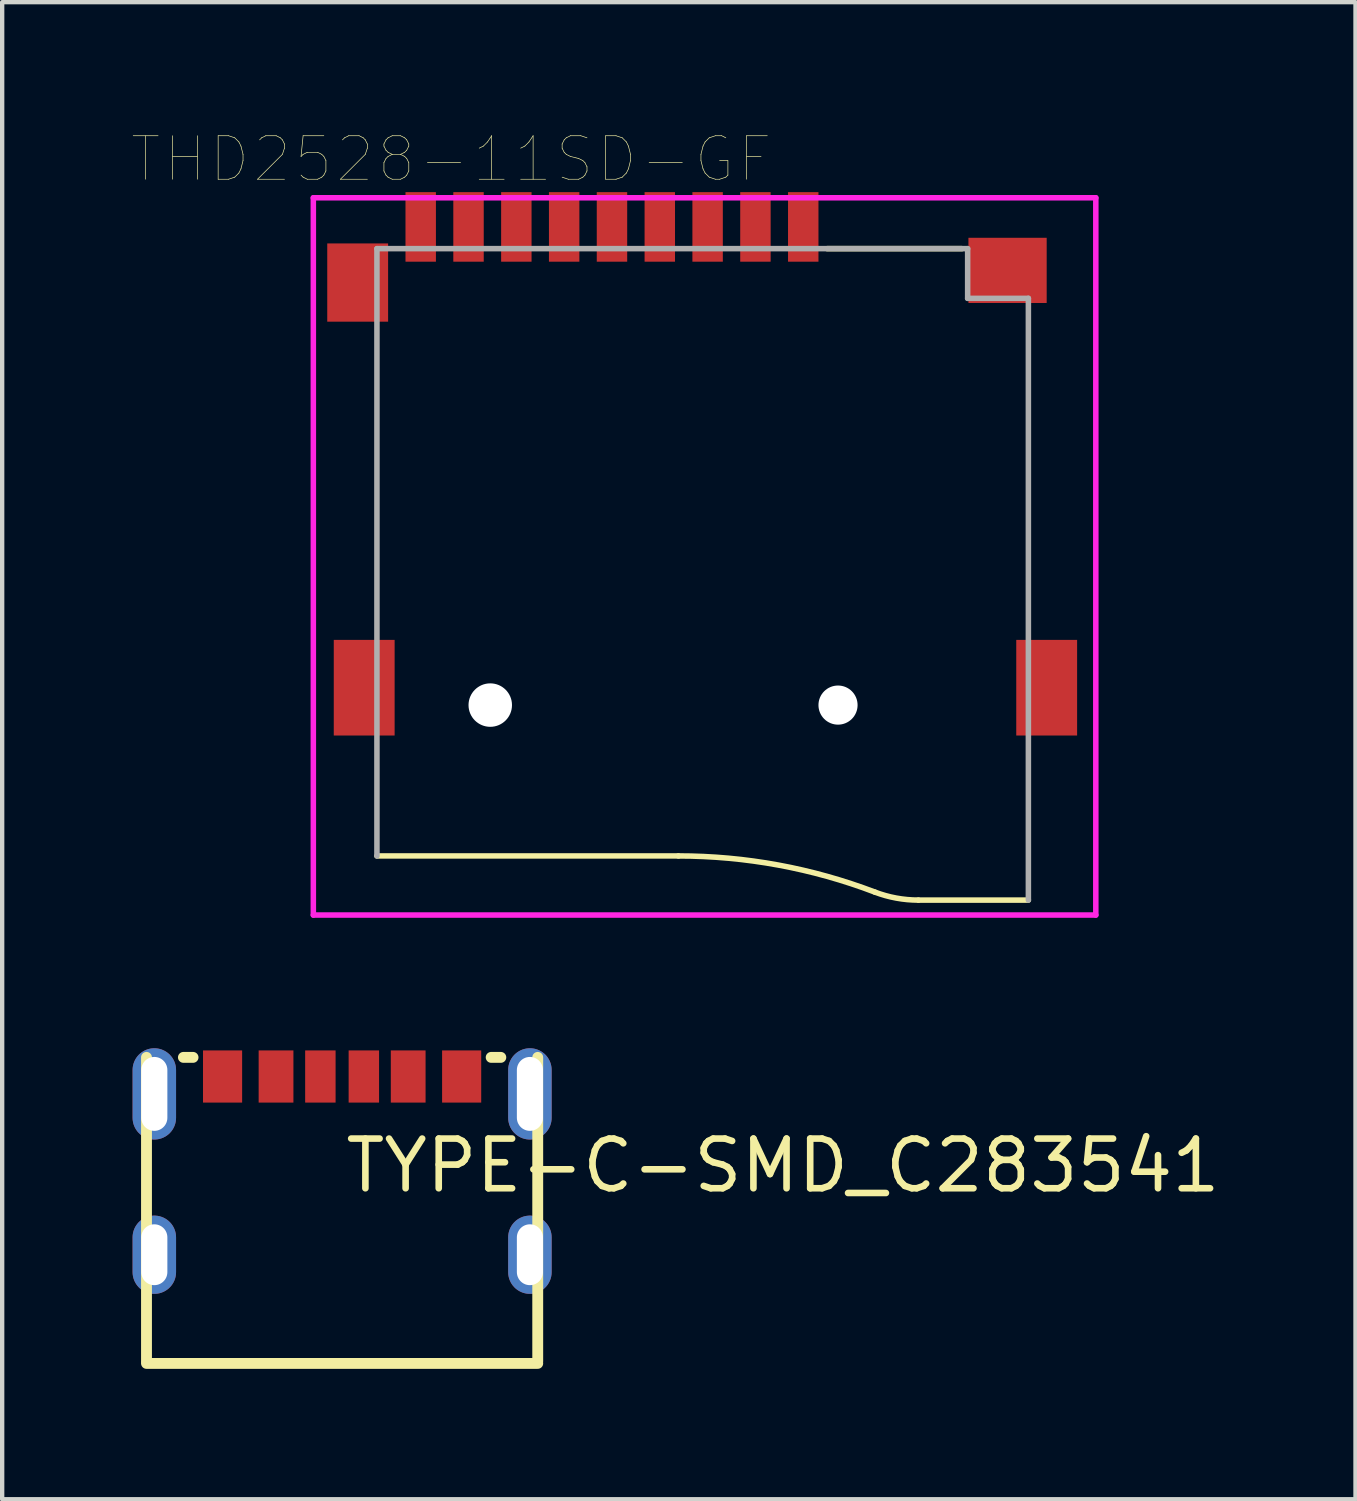
<source format=kicad_pcb>
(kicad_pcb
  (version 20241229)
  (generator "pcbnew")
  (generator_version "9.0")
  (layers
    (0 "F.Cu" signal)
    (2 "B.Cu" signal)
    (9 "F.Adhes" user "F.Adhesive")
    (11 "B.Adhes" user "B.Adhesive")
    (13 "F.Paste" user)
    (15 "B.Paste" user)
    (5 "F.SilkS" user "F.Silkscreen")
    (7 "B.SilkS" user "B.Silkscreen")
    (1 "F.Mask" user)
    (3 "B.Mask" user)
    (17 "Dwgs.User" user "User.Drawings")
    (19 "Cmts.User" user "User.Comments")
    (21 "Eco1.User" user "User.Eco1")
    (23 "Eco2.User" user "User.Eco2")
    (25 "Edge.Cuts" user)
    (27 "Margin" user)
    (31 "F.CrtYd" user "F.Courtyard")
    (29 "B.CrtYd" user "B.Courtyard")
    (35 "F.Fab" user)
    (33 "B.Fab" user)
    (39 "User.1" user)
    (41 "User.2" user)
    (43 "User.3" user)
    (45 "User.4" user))
  (footprint "TYPE-C-SMD_C283541"
    (layer "F.Cu")
    (at 4.82 23.764)
    (property "Reference" "TYPE-C-SMD_C283541" (at 0 0 0) (layer "F.SilkS") (effects (font (size 1.143 1.143) (thickness 0.152)) (justify left)))
    (attr smd)
    (fp_line (start -4.5 -2.49) (end -4.5 4.5) (stroke (width 0.25) (type solid)) (layer "F.SilkS"))
    (fp_line (start -4.5 4.55) (end 4.5 4.55) (stroke (width 0.25) (type solid)) (layer "F.SilkS"))
    (fp_line (start -3.651 -2.49) (end -3.429 -2.49) (stroke (width 0.25) (type solid)) (layer "F.SilkS"))
    (fp_line (start 3.429 -2.49) (end 3.651 -2.49) (stroke (width 0.25) (type solid)) (layer "F.SilkS"))
    (fp_line (start 4.5 -2.49) (end 4.5 4.5) (stroke (width 0.25) (type solid)) (layer "F.SilkS"))
    (fp_poly (pts (xy -3.2 -2.65) (xy -2.3 -2.65) (xy -2.3 -1.45) (xy -3.2 -1.45)) (stroke (width 0) (type solid)) (fill yes) (layer "F.Paste"))
    (fp_poly (pts (xy -1.92 -2.65) (xy -1.12 -2.65) (xy -1.12 -1.45) (xy -1.92 -1.45)) (stroke (width 0) (type solid)) (fill yes) (layer "F.Paste"))
    (fp_poly (pts (xy -0.85 -2.65) (xy -0.15 -2.65) (xy -0.15 -1.45) (xy -0.85 -1.45)) (stroke (width 0) (type solid)) (fill yes) (layer "F.Paste"))
    (fp_poly (pts (xy 0.15 -2.65) (xy 0.85 -2.65) (xy 0.85 -1.45) (xy 0.15 -1.45)) (stroke (width 0) (type solid)) (fill yes) (layer "F.Paste"))
    (fp_poly (pts (xy 1.12 -2.65) (xy 1.92 -2.65) (xy 1.92 -1.45) (xy 1.12 -1.45)) (stroke (width 0) (type solid)) (fill yes) (layer "F.Paste"))
    (fp_poly (pts (xy 2.3 -2.65) (xy 3.2 -2.65) (xy 3.2 -1.45) (xy 2.3 -1.45)) (stroke (width 0) (type solid)) (fill yes) (layer "F.Paste"))
    (fp_poly (pts (xy -4.332 -0.6) (xy -4.357 -0.601) (xy -4.382 -0.604) (xy -4.407 -0.608) (xy -4.431 -0.613) (xy -4.455 -0.619) (xy -4.479 -0.626) (xy -4.503 -0.635) (xy -4.526 -0.644) (xy -4.548 -0.655) (xy -4.57 -0.667) (xy -4.591 -0.68) (xy -4.612 -0.694) (xy -4.632 -0.709) (xy -4.651 -0.725) (xy -4.669 -0.742) (xy -4.686 -0.76) (xy -4.703 -0.779) (xy -4.718 -0.798) (xy -4.733 -0.818) (xy -4.747 -0.839) (xy -4.759 -0.861) (xy -4.77 -0.883) (xy -4.781 -0.906) (xy -4.79 -0.929) (xy -4.798 -0.953) (xy -4.804 -0.977) (xy -4.81 -1.001) (xy -4.814 -1.025) (xy -4.817 -1.05) (xy -4.819 -1.075) (xy -4.82 -1.1) (xy -4.82 -2.2) (xy -4.819 -2.225) (xy -4.817 -2.25) (xy -4.814 -2.275) (xy -4.81 -2.299) (xy -4.804 -2.323) (xy -4.798 -2.347) (xy -4.79 -2.371) (xy -4.781 -2.394) (xy -4.77 -2.417) (xy -4.759 -2.439) (xy -4.747 -2.461) (xy -4.733 -2.482) (xy -4.718 -2.502) (xy -4.703 -2.521) (xy -4.686 -2.54) (xy -4.669 -2.558) (xy -4.651 -2.575) (xy -4.632 -2.591) (xy -4.612 -2.606) (xy -4.591 -2.62) (xy -4.57 -2.633) (xy -4.548 -2.645) (xy -4.526 -2.656) (xy -4.503 -2.665) (xy -4.479 -2.674) (xy -4.455 -2.681) (xy -4.431 -2.687) (xy -4.407 -2.692) (xy -4.382 -2.696) (xy -4.357 -2.699) (xy -4.332 -2.7) (xy -4.307 -2.7) (xy -4.283 -2.699) (xy -4.258 -2.696) (xy -4.233 -2.692) (xy -4.209 -2.687) (xy -4.184 -2.681) (xy -4.161 -2.674) (xy -4.137 -2.665) (xy -4.114 -2.656) (xy -4.092 -2.645) (xy -4.07 -2.633) (xy -4.049 -2.62) (xy -4.028 -2.606) (xy -4.008 -2.591) (xy -3.989 -2.575) (xy -3.971 -2.558) (xy -3.953 -2.54) (xy -3.937 -2.521) (xy -3.921 -2.502) (xy -3.907 -2.482) (xy -3.893 -2.461) (xy -3.881 -2.439) (xy -3.869 -2.417) (xy -3.859 -2.394) (xy -3.85 -2.371) (xy -3.842 -2.347) (xy -3.835 -2.323) (xy -3.83 -2.299) (xy -3.825 -2.275) (xy -3.822 -2.25) (xy -3.821 -2.225) (xy -3.82 -2.2) (xy -3.82 -1.1) (xy -3.821 -1.075) (xy -3.822 -1.05) (xy -3.825 -1.025) (xy -3.83 -1.001) (xy -3.835 -0.977) (xy -3.842 -0.953) (xy -3.85 -0.929) (xy -3.859 -0.906) (xy -3.869 -0.883) (xy -3.881 -0.861) (xy -3.893 -0.839) (xy -3.907 -0.818) (xy -3.921 -0.798) (xy -3.937 -0.779) (xy -3.953 -0.76) (xy -3.971 -0.742) (xy -3.989 -0.725) (xy -4.008 -0.709) (xy -4.028 -0.694) (xy -4.049 -0.68) (xy -4.07 -0.667) (xy -4.092 -0.655) (xy -4.114 -0.644) (xy -4.137 -0.635) (xy -4.161 -0.626) (xy -4.184 -0.619) (xy -4.209 -0.613) (xy -4.233 -0.608) (xy -4.258 -0.604) (xy -4.283 -0.601) (xy -4.307 -0.6)) (stroke (width 0) (type solid)) (fill yes) (layer "F.Paste"))
    (fp_poly (pts (xy -4.332 2.95) (xy -4.357 2.949) (xy -4.382 2.946) (xy -4.407 2.942) (xy -4.431 2.937) (xy -4.455 2.931) (xy -4.479 2.924) (xy -4.503 2.915) (xy -4.526 2.906) (xy -4.548 2.895) (xy -4.57 2.883) (xy -4.591 2.87) (xy -4.612 2.856) (xy -4.632 2.841) (xy -4.651 2.825) (xy -4.669 2.808) (xy -4.686 2.79) (xy -4.703 2.771) (xy -4.718 2.752) (xy -4.733 2.732) (xy -4.747 2.711) (xy -4.759 2.689) (xy -4.77 2.667) (xy -4.781 2.644) (xy -4.79 2.621) (xy -4.798 2.597) (xy -4.804 2.573) (xy -4.81 2.549) (xy -4.814 2.525) (xy -4.817 2.5) (xy -4.819 2.475) (xy -4.82 2.45) (xy -4.82 1.65) (xy -4.819 1.625) (xy -4.817 1.6) (xy -4.814 1.576) (xy -4.81 1.551) (xy -4.804 1.527) (xy -4.798 1.503) (xy -4.79 1.479) (xy -4.781 1.456) (xy -4.77 1.433) (xy -4.759 1.411) (xy -4.747 1.389) (xy -4.733 1.368) (xy -4.718 1.348) (xy -4.703 1.329) (xy -4.686 1.31) (xy -4.669 1.292) (xy -4.651 1.275) (xy -4.632 1.259) (xy -4.612 1.244) (xy -4.591 1.23) (xy -4.57 1.217) (xy -4.548 1.205) (xy -4.526 1.194) (xy -4.503 1.185) (xy -4.479 1.176) (xy -4.455 1.169) (xy -4.431 1.163) (xy -4.407 1.158) (xy -4.382 1.154) (xy -4.357 1.151) (xy -4.332 1.15) (xy -4.307 1.15) (xy -4.283 1.151) (xy -4.258 1.154) (xy -4.233 1.158) (xy -4.209 1.163) (xy -4.184 1.169) (xy -4.161 1.176) (xy -4.137 1.185) (xy -4.114 1.194) (xy -4.092 1.205) (xy -4.07 1.217) (xy -4.049 1.23) (xy -4.028 1.244) (xy -4.008 1.259) (xy -3.989 1.275) (xy -3.971 1.292) (xy -3.953 1.31) (xy -3.937 1.329) (xy -3.921 1.348) (xy -3.907 1.368) (xy -3.893 1.389) (xy -3.881 1.411) (xy -3.869 1.433) (xy -3.859 1.456) (xy -3.85 1.479) (xy -3.842 1.503) (xy -3.835 1.527) (xy -3.83 1.551) (xy -3.825 1.576) (xy -3.822 1.6) (xy -3.821 1.625) (xy -3.82 1.65) (xy -3.82 2.45) (xy -3.821 2.475) (xy -3.822 2.5) (xy -3.825 2.525) (xy -3.83 2.549) (xy -3.835 2.573) (xy -3.842 2.597) (xy -3.85 2.621) (xy -3.859 2.644) (xy -3.869 2.667) (xy -3.881 2.689) (xy -3.893 2.711) (xy -3.907 2.732) (xy -3.921 2.752) (xy -3.937 2.771) (xy -3.953 2.79) (xy -3.971 2.808) (xy -3.989 2.825) (xy -4.008 2.841) (xy -4.028 2.856) (xy -4.049 2.87) (xy -4.07 2.883) (xy -4.092 2.895) (xy -4.114 2.906) (xy -4.137 2.915) (xy -4.161 2.924) (xy -4.184 2.931) (xy -4.209 2.937) (xy -4.233 2.942) (xy -4.258 2.946) (xy -4.283 2.949) (xy -4.307 2.95)) (stroke (width 0) (type solid)) (fill yes) (layer "F.Paste"))
    (fp_poly (pts (xy 4.307 -0.6) (xy 4.283 -0.601) (xy 4.258 -0.604) (xy 4.233 -0.608) (xy 4.209 -0.613) (xy 4.184 -0.619) (xy 4.161 -0.626) (xy 4.137 -0.635) (xy 4.114 -0.644) (xy 4.092 -0.655) (xy 4.07 -0.667) (xy 4.049 -0.68) (xy 4.028 -0.694) (xy 4.008 -0.709) (xy 3.989 -0.725) (xy 3.971 -0.742) (xy 3.953 -0.76) (xy 3.937 -0.779) (xy 3.921 -0.798) (xy 3.907 -0.818) (xy 3.893 -0.839) (xy 3.881 -0.861) (xy 3.869 -0.883) (xy 3.859 -0.906) (xy 3.85 -0.929) (xy 3.842 -0.953) (xy 3.835 -0.977) (xy 3.83 -1.001) (xy 3.825 -1.025) (xy 3.822 -1.05) (xy 3.821 -1.075) (xy 3.82 -1.1) (xy 3.82 -2.2) (xy 3.821 -2.225) (xy 3.822 -2.25) (xy 3.825 -2.275) (xy 3.83 -2.299) (xy 3.835 -2.323) (xy 3.842 -2.347) (xy 3.85 -2.371) (xy 3.859 -2.394) (xy 3.869 -2.417) (xy 3.881 -2.439) (xy 3.893 -2.461) (xy 3.907 -2.482) (xy 3.921 -2.502) (xy 3.937 -2.521) (xy 3.953 -2.54) (xy 3.971 -2.558) (xy 3.989 -2.575) (xy 4.008 -2.591) (xy 4.028 -2.606) (xy 4.049 -2.62) (xy 4.07 -2.633) (xy 4.092 -2.645) (xy 4.114 -2.656) (xy 4.137 -2.665) (xy 4.161 -2.674) (xy 4.184 -2.681) (xy 4.209 -2.687) (xy 4.233 -2.692) (xy 4.258 -2.696) (xy 4.283 -2.699) (xy 4.307 -2.7) (xy 4.332 -2.7) (xy 4.357 -2.699) (xy 4.382 -2.696) (xy 4.407 -2.692) (xy 4.431 -2.687) (xy 4.455 -2.681) (xy 4.479 -2.674) (xy 4.503 -2.665) (xy 4.526 -2.656) (xy 4.548 -2.645) (xy 4.57 -2.633) (xy 4.591 -2.62) (xy 4.612 -2.606) (xy 4.632 -2.591) (xy 4.651 -2.575) (xy 4.669 -2.558) (xy 4.686 -2.54) (xy 4.703 -2.521) (xy 4.718 -2.502) (xy 4.733 -2.482) (xy 4.747 -2.461) (xy 4.759 -2.439) (xy 4.77 -2.417) (xy 4.781 -2.394) (xy 4.79 -2.371) (xy 4.798 -2.347) (xy 4.804 -2.323) (xy 4.81 -2.299) (xy 4.814 -2.275) (xy 4.817 -2.25) (xy 4.819 -2.225) (xy 4.82 -2.2) (xy 4.82 -1.1) (xy 4.819 -1.075) (xy 4.817 -1.05) (xy 4.814 -1.025) (xy 4.81 -1.001) (xy 4.804 -0.977) (xy 4.798 -0.953) (xy 4.79 -0.929) (xy 4.781 -0.906) (xy 4.77 -0.883) (xy 4.759 -0.861) (xy 4.747 -0.839) (xy 4.733 -0.818) (xy 4.718 -0.798) (xy 4.703 -0.779) (xy 4.686 -0.76) (xy 4.669 -0.742) (xy 4.651 -0.725) (xy 4.632 -0.709) (xy 4.612 -0.694) (xy 4.591 -0.68) (xy 4.57 -0.667) (xy 4.548 -0.655) (xy 4.526 -0.644) (xy 4.503 -0.635) (xy 4.479 -0.626) (xy 4.455 -0.619) (xy 4.431 -0.613) (xy 4.407 -0.608) (xy 4.382 -0.604) (xy 4.357 -0.601) (xy 4.332 -0.6)) (stroke (width 0) (type solid)) (fill yes) (layer "F.Paste"))
    (fp_poly (pts (xy 4.307 2.95) (xy 4.283 2.949) (xy 4.258 2.946) (xy 4.233 2.942) (xy 4.209 2.937) (xy 4.185 2.931) (xy 4.161 2.924) (xy 4.137 2.915) (xy 4.114 2.906) (xy 4.092 2.895) (xy 4.07 2.883) (xy 4.049 2.87) (xy 4.028 2.856) (xy 4.008 2.841) (xy 3.989 2.825) (xy 3.971 2.808) (xy 3.953 2.79) (xy 3.937 2.771) (xy 3.921 2.752) (xy 3.907 2.732) (xy 3.893 2.711) (xy 3.881 2.689) (xy 3.869 2.667) (xy 3.859 2.644) (xy 3.85 2.621) (xy 3.842 2.597) (xy 3.835 2.573) (xy 3.83 2.549) (xy 3.826 2.525) (xy 3.822 2.5) (xy 3.821 2.475) (xy 3.82 2.45) (xy 3.82 1.65) (xy 3.821 1.625) (xy 3.822 1.6) (xy 3.826 1.576) (xy 3.83 1.551) (xy 3.835 1.527) (xy 3.842 1.503) (xy 3.85 1.479) (xy 3.859 1.456) (xy 3.869 1.433) (xy 3.881 1.411) (xy 3.893 1.389) (xy 3.907 1.368) (xy 3.921 1.348) (xy 3.937 1.329) (xy 3.953 1.31) (xy 3.971 1.292) (xy 3.989 1.275) (xy 4.008 1.259) (xy 4.028 1.244) (xy 4.049 1.23) (xy 4.07 1.217) (xy 4.092 1.205) (xy 4.114 1.194) (xy 4.137 1.185) (xy 4.161 1.176) (xy 4.185 1.169) (xy 4.209 1.163) (xy 4.233 1.158) (xy 4.258 1.154) (xy 4.283 1.151) (xy 4.307 1.15) (xy 4.332 1.15) (xy 4.357 1.151) (xy 4.382 1.154) (xy 4.407 1.158) (xy 4.431 1.163) (xy 4.455 1.169) (xy 4.479 1.176) (xy 4.503 1.185) (xy 4.526 1.194) (xy 4.548 1.205) (xy 4.57 1.217) (xy 4.591 1.23) (xy 4.612 1.244) (xy 4.632 1.259) (xy 4.651 1.275) (xy 4.669 1.292) (xy 4.686 1.31) (xy 4.703 1.329) (xy 4.719 1.348) (xy 4.733 1.368) (xy 4.747 1.389) (xy 4.759 1.411) (xy 4.77 1.433) (xy 4.781 1.456) (xy 4.79 1.479) (xy 4.798 1.503) (xy 4.804 1.527) (xy 4.81 1.551) (xy 4.814 1.576) (xy 4.817 1.6) (xy 4.819 1.625) (xy 4.82 1.65) (xy 4.82 2.45) (xy 4.819 2.475) (xy 4.817 2.5) (xy 4.814 2.525) (xy 4.81 2.549) (xy 4.804 2.573) (xy 4.798 2.597) (xy 4.79 2.621) (xy 4.781 2.644) (xy 4.77 2.667) (xy 4.759 2.689) (xy 4.747 2.711) (xy 4.733 2.732) (xy 4.719 2.752) (xy 4.703 2.771) (xy 4.686 2.79) (xy 4.669 2.808) (xy 4.651 2.825) (xy 4.632 2.841) (xy 4.612 2.856) (xy 4.591 2.87) (xy 4.57 2.883) (xy 4.548 2.895) (xy 4.526 2.906) (xy 4.503 2.915) (xy 4.479 2.924) (xy 4.455 2.931) (xy 4.431 2.937) (xy 4.407 2.942) (xy 4.382 2.946) (xy 4.357 2.949) (xy 4.332 2.95)) (stroke (width 0) (type solid)) (fill yes) (layer "F.Paste"))
    (pad "1" thru_hole oval (at -4.32 -1.65) (size 1 2.1) (drill oval 0.6 1.7) (layers "*.Cu" "*.Paste" "*.Mask"))
    (pad "2" thru_hole oval (at 4.32 -1.65) (size 1 2.1) (drill oval 0.6 1.7) (layers "*.Cu" "*.Paste" "*.Mask"))
    (pad "3" thru_hole oval (at -4.32 2.05) (size 1 1.8) (drill oval 0.6 1.4) (layers "*.Cu" "*.Paste" "*.Mask"))
    (pad "4" thru_hole oval (at 4.32 2.05) (size 1 1.8) (drill oval 0.6 1.4) (layers "*.Cu" "*.Paste" "*.Mask"))
    (pad "A5" smd rect (at -0.5 -2.05) (size 0.7 1.2) (layers "F.Cu" "F.Mask" "F.Paste"))
    (pad "A9" smd rect (at 1.52 -2.05) (size 0.8 1.2) (layers "F.Cu" "F.Mask" "F.Paste"))
    (pad "A12" smd rect (at 2.75 -2.05) (size 0.9 1.2) (layers "F.Cu" "F.Mask" "F.Paste"))
    (pad "B5" smd rect (at 0.5 -2.05) (size 0.7 1.2) (layers "F.Cu" "F.Mask" "F.Paste"))
    (pad "B9" smd rect (at -1.52 -2.05) (size 0.8 1.2) (layers "F.Cu" "F.Mask" "F.Paste"))
    (pad "B12" smd rect (at -2.75 -2.05) (size 0.9 1.2) (layers "F.Cu" "F.Mask" "F.Paste")))
  (footprint "THD2528-11SD-GF"
    (layer "F.Cu")
    (at 11.908 8)
    (property "Reference" "THD2528-11SD-GF" (at -4.577 -7.389 0) (layer "F.SilkS") (effects (font (size 1.001 1.001) (thickness 0.015))))
    (attr through_hole)
    (fp_line (start 0.647 8.64) (end -6.287 8.64) (stroke (width 0.127) (type solid)) (layer "F.SilkS"))
    (fp_line (start 7.17 -5.33) (end 4.07 -5.33) (stroke (width 0.127) (type solid)) (layer "F.SilkS"))
    (fp_line (start 8.699 9.656) (end 6.168 9.656) (stroke (width 0.127) (type solid)) (layer "F.SilkS"))
    (fp_arc (start 0.6469 8.64) (mid 2.945408 8.849734) (end 5.168 9.472) (stroke (width 0.127) (type solid)) (layer "F.SilkS"))
    (fp_arc (start 6.1679 9.656) (mid 5.659555 9.609621) (end 5.168 9.472) (stroke (width 0.127) (type solid)) (layer "F.SilkS"))
    (fp_line (start -7.75 -6.5) (end 10.25 -6.5) (stroke (width 0.127) (type solid)) (layer "F.CrtYd"))
    (fp_line (start -7.75 10) (end -7.75 -6.5) (stroke (width 0.127) (type solid)) (layer "F.CrtYd"))
    (fp_line (start 10.25 -6.5) (end 10.25 10) (stroke (width 0.127) (type solid)) (layer "F.CrtYd"))
    (fp_line (start 10.25 10) (end -7.75 10) (stroke (width 0.127) (type solid)) (layer "F.CrtYd"))
    (fp_line (start -6.287 -5.33) (end 7.302 -5.33) (stroke (width 0.127) (type solid)) (layer "F.Fab"))
    (fp_line (start -6.287 8.64) (end -6.287 -5.33) (stroke (width 0.127) (type solid)) (layer "F.Fab"))
    (fp_line (start 7.302 -5.33) (end 7.302 -4.187) (stroke (width 0.127) (type solid)) (layer "F.Fab"))
    (fp_line (start 7.302 -4.187) (end 8.699 -4.187) (stroke (width 0.127) (type solid)) (layer "F.Fab"))
    (fp_line (start 8.699 -4.187) (end 8.699 9.656) (stroke (width 0.127) (type solid)) (layer "F.Fab"))
    (pad "" np_thru_hole circle (at -3.68 5.17) (size 1 1) (drill 1) (layers "*.Cu" "*.Mask"))
    (pad "" np_thru_hole circle (at 4.32 5.17) (size 0.9 0.9) (drill 0.9) (layers "*.Cu" "*.Mask"))
    (pad "1" smd rect (at 3.52 -5.83) (size 0.7 1.6) (layers "F.Cu" "F.Mask" "F.Paste"))
    (pad "2" smd rect (at 2.42 -5.83) (size 0.7 1.6) (layers "F.Cu" "F.Mask" "F.Paste"))
    (pad "3" smd rect (at 1.32 -5.83) (size 0.7 1.6) (layers "F.Cu" "F.Mask" "F.Paste"))
    (pad "4" smd rect (at 0.22 -5.83) (size 0.7 1.6) (layers "F.Cu" "F.Mask" "F.Paste"))
    (pad "5" smd rect (at -0.88 -5.83) (size 0.7 1.6) (layers "F.Cu" "F.Mask" "F.Paste"))
    (pad "6" smd rect (at -1.98 -5.83) (size 0.7 1.6) (layers "F.Cu" "F.Mask" "F.Paste"))
    (pad "7" smd rect (at -3.08 -5.83) (size 0.7 1.6) (layers "F.Cu" "F.Mask" "F.Paste"))
    (pad "8" smd rect (at -4.18 -5.83) (size 0.7 1.6) (layers "F.Cu" "F.Mask" "F.Paste"))
    (pad "9" smd rect (at -5.28 -5.83) (size 0.7 1.6) (layers "F.Cu" "F.Mask" "F.Paste"))
    (pad "G1" smd rect (at -6.73 -4.55) (size 1.4 1.8) (layers "F.Cu" "F.Mask" "F.Paste"))
    (pad "G2" smd rect (at -6.58 4.77) (size 1.4 2.2) (layers "F.Cu" "F.Mask" "F.Paste"))
    (pad "G3" smd rect (at 9.12 4.77) (size 1.4 2.2) (layers "F.Cu" "F.Mask" "F.Paste"))
    (pad "G4" smd rect (at 8.22 -4.83) (size 1.8 1.5) (layers "F.Cu" "F.Mask" "F.Paste")))
  (gr_rect
    (start -3 -3)
    (end 28.132 31.439)
    (stroke (width 0.1) (type default))
    (fill no)
    (layer "Edge.Cuts")))
</source>
